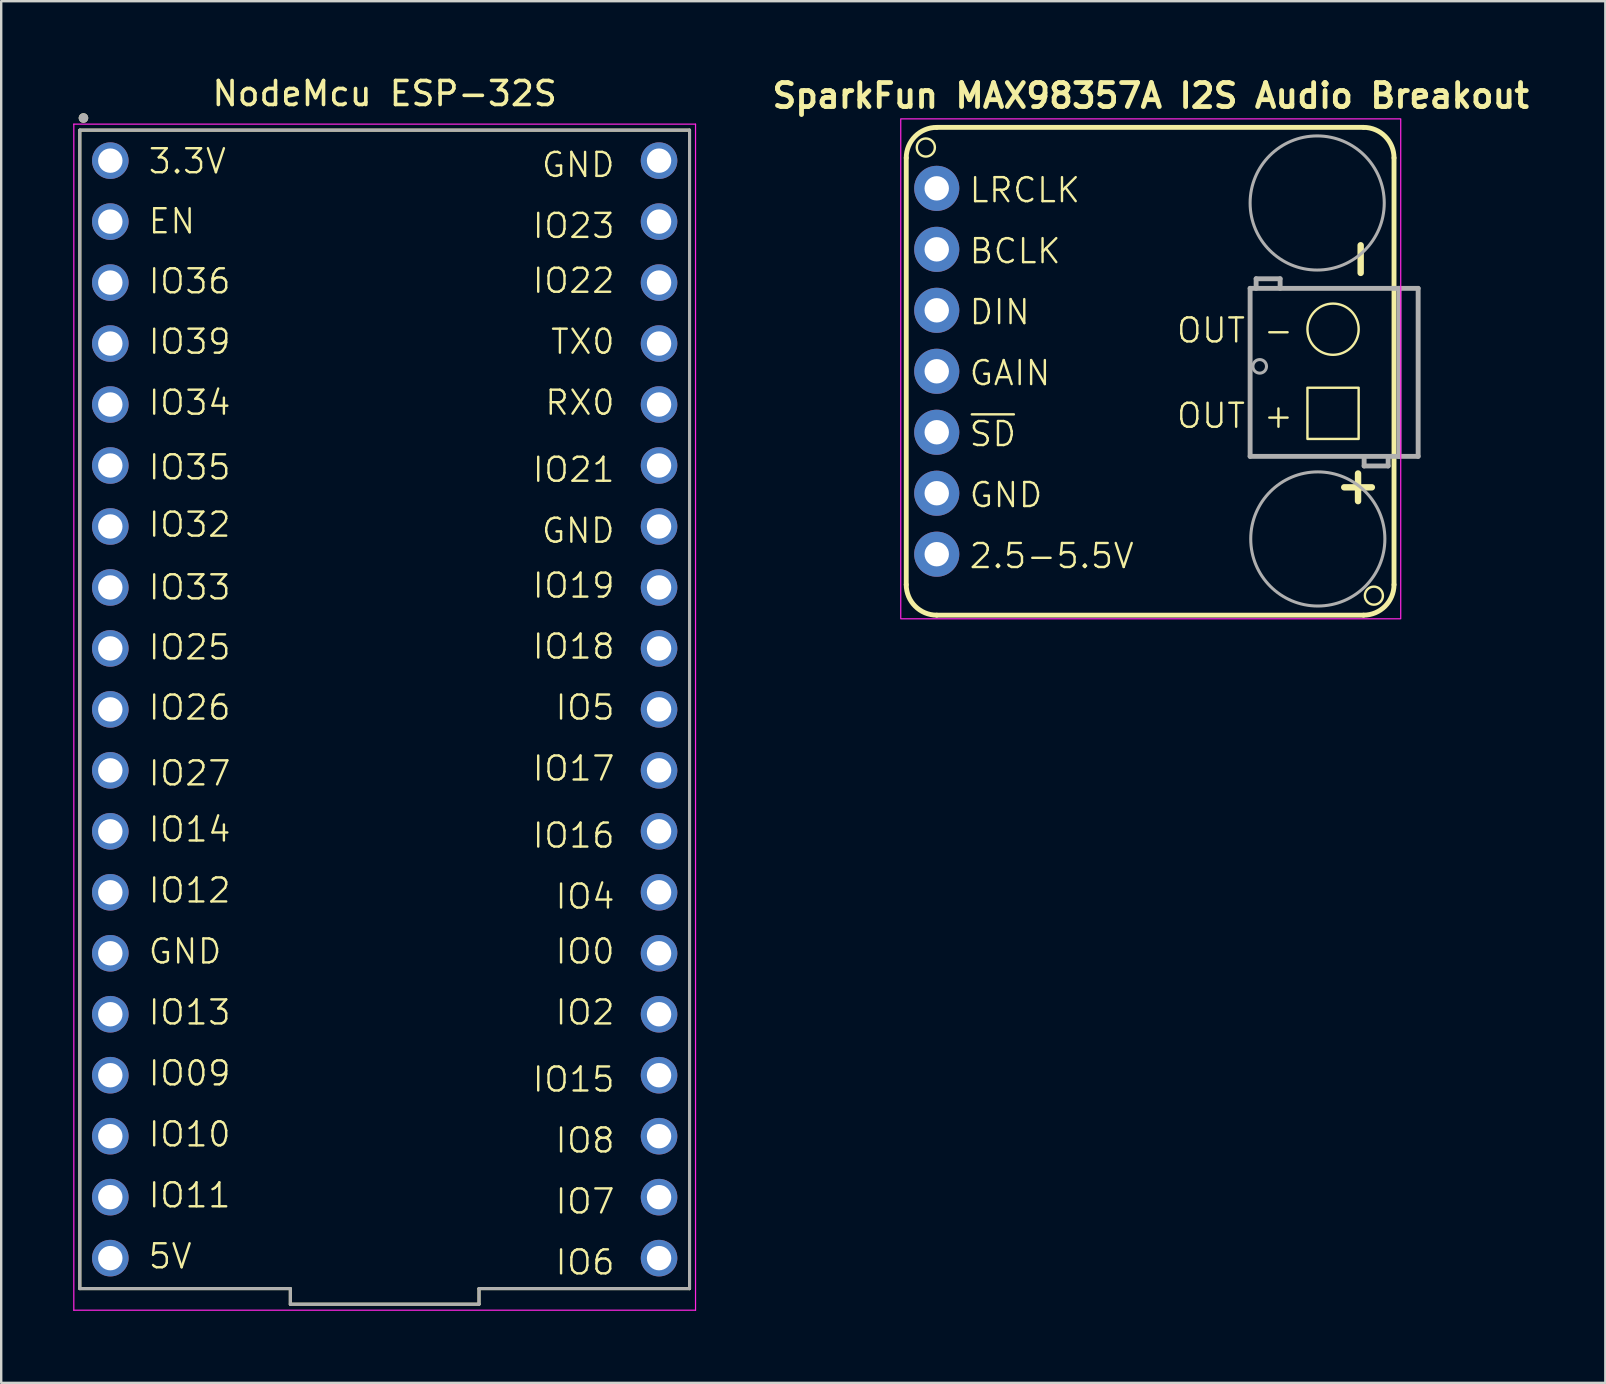
<source format=kicad_pcb>
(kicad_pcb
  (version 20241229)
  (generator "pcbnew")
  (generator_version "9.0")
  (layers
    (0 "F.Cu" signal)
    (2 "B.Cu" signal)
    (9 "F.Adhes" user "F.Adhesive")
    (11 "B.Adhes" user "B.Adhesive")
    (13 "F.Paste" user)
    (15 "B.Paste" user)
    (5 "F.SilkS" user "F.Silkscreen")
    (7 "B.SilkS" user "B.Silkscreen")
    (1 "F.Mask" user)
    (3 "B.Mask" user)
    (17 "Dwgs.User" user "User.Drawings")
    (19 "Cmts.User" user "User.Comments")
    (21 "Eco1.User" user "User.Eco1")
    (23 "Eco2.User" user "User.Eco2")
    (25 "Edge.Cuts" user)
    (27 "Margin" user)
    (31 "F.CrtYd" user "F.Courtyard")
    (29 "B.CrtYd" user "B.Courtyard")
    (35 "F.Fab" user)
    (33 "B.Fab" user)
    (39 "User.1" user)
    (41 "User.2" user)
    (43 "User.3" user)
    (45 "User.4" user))
  (footprint "NodeMcu ESP-32S"
    (layer "F.Cu")
    (at 12.975 26.502)
    (property "Reference" "NodeMcu ESP-32S" (at 0 -25.654 0) (layer "F.SilkS") (effects (font (size 1 1) (thickness 0.15))))
    (attr through_hole)
    (fp_line (start -12.7 -24.13) (end 12.7 -24.13) (stroke (width 0.127) (type solid)) (layer "F.SilkS"))
    (fp_line (start -12.7 24.13) (end -12.7 -24.13) (stroke (width 0.127) (type solid)) (layer "F.SilkS"))
    (fp_line (start -3.93 24.13) (end -12.7 24.13) (stroke (width 0.127) (type solid)) (layer "F.SilkS"))
    (fp_line (start -3.93 24.13) (end -3.93 24.78) (stroke (width 0.127) (type solid)) (layer "F.SilkS"))
    (fp_line (start -3.93 24.78) (end 3.93 24.78) (stroke (width 0.127) (type solid)) (layer "F.SilkS"))
    (fp_line (start 3.93 24.78) (end 3.93 24.13) (stroke (width 0.127) (type solid)) (layer "F.SilkS"))
    (fp_line (start 12.7 -24.13) (end 12.7 24.13) (stroke (width 0.127) (type solid)) (layer "F.SilkS"))
    (fp_line (start 12.7 24.13) (end 3.93 24.13) (stroke (width 0.127) (type solid)) (layer "F.SilkS"))
    (fp_circle (center -12.548 -24.636) (end -12.448 -24.636) (stroke (width 0.2) (type solid)) (fill no) (layer "F.SilkS"))
    (fp_line (start -12.95 -24.38) (end -12.95 25.03) (stroke (width 0.05) (type solid)) (layer "F.CrtYd"))
    (fp_line (start -12.95 25.03) (end 12.95 25.03) (stroke (width 0.05) (type solid)) (layer "F.CrtYd"))
    (fp_line (start 12.95 -24.38) (end -12.95 -24.38) (stroke (width 0.05) (type solid)) (layer "F.CrtYd"))
    (fp_line (start 12.95 25.03) (end 12.95 -24.38) (stroke (width 0.05) (type solid)) (layer "F.CrtYd"))
    (fp_line (start -12.7 -24.13) (end 12.7 -24.13) (stroke (width 0.127) (type solid)) (layer "F.Fab"))
    (fp_line (start -12.7 24.13) (end -12.7 -24.13) (stroke (width 0.127) (type solid)) (layer "F.Fab"))
    (fp_line (start -3.93 24.13) (end -12.7 24.13) (stroke (width 0.127) (type solid)) (layer "F.Fab"))
    (fp_line (start -3.93 24.13) (end -3.93 24.78) (stroke (width 0.127) (type solid)) (layer "F.Fab"))
    (fp_line (start -3.93 24.78) (end 3.93 24.78) (stroke (width 0.127) (type solid)) (layer "F.Fab"))
    (fp_line (start 3.93 24.78) (end 3.93 24.13) (stroke (width 0.127) (type solid)) (layer "F.Fab"))
    (fp_line (start 12.7 -24.13) (end 12.7 24.13) (stroke (width 0.127) (type solid)) (layer "F.Fab"))
    (fp_line (start 12.7 24.13) (end 3.93 24.13) (stroke (width 0.127) (type solid)) (layer "F.Fab"))
    (fp_circle (center -12.548 -24.636) (end -12.448 -24.636) (stroke (width 0.2) (type solid)) (fill no) (layer "F.Fab"))
    (fp_text user "IO5" (at 9.652 0.508 0) (unlocked yes) (layer "F.SilkS") (effects (font (size 1 1) (thickness 0.1)) (justify right bottom)))
    (fp_text user "IO32" (at -9.906 -7.112 0) (unlocked yes) (layer "F.SilkS") (effects (font (size 1 1) (thickness 0.1)) (justify left bottom)))
    (fp_text user "GND" (at 9.652 -6.858 0) (unlocked yes) (layer "F.SilkS") (effects (font (size 1 1) (thickness 0.1)) (justify right bottom)))
    (fp_text user "IO27" (at -9.906 3.25 0) (unlocked yes) (layer "F.SilkS") (effects (font (size 1 1) (thickness 0.1)) (justify left bottom)))
    (fp_text user "IO4" (at 9.652 8.382 0) (unlocked yes) (layer "F.SilkS") (effects (font (size 1 1) (thickness 0.1)) (justify right bottom)))
    (fp_text user "IO22" (at 9.652 -17.272 0) (unlocked yes) (layer "F.SilkS") (effects (font (size 1 1) (thickness 0.1)) (justify right bottom)))
    (fp_text user "IO33" (at -9.906 -4.5 0) (unlocked yes) (layer "F.SilkS") (effects (font (size 1 1) (thickness 0.1)) (justify left bottom)))
    (fp_text user "RX0" (at 9.652 -12.192 0) (unlocked yes) (layer "F.SilkS") (effects (font (size 1 1) (thickness 0.1)) (justify right bottom)))
    (fp_text user "IO39" (at -9.906 -14.732 0) (unlocked yes) (layer "F.SilkS") (effects (font (size 1 1) (thickness 0.1)) (justify left bottom)))
    (fp_text user "IO36" (at -9.906 -17.25 0) (unlocked yes) (layer "F.SilkS") (effects (font (size 1 1) (thickness 0.1)) (justify left bottom)))
    (fp_text user "IO13" (at -9.906 13.208 0) (unlocked yes) (layer "F.SilkS") (effects (font (size 1 1) (thickness 0.1)) (justify left bottom)))
    (fp_text user "IO16" (at 9.652 5.842 0) (unlocked yes) (layer "F.SilkS") (effects (font (size 1 1) (thickness 0.1)) (justify right bottom)))
    (fp_text user "IO21" (at 9.652 -9.398 0) (unlocked yes) (layer "F.SilkS") (effects (font (size 1 1) (thickness 0.1)) (justify right bottom)))
    (fp_text user "TX0" (at 9.652 -14.732 0) (unlocked yes) (layer "F.SilkS") (effects (font (size 1 1) (thickness 0.1)) (justify right bottom)))
    (fp_text user "IO17" (at 9.652 3.048 0) (unlocked yes) (layer "F.SilkS") (effects (font (size 1 1) (thickness 0.1)) (justify right bottom)))
    (fp_text user "GND" (at -9.906 10.668 0) (unlocked yes) (layer "F.SilkS") (effects (font (size 1 1) (thickness 0.1)) (justify left bottom)))
    (fp_text user "IO34" (at -9.906 -12.192 0) (unlocked yes) (layer "F.SilkS") (effects (font (size 1 1) (thickness 0.1)) (justify left bottom)))
    (fp_text user "IO23" (at 9.652 -19.558 0) (unlocked yes) (layer "F.SilkS") (effects (font (size 1 1) (thickness 0.1)) (justify right bottom)))
    (fp_text user "GND" (at 9.652 -22.098 0) (unlocked yes) (layer "F.SilkS") (effects (font (size 1 1) (thickness 0.1)) (justify right bottom)))
    (fp_text user "IO26" (at -9.906 0.508 0) (unlocked yes) (layer "F.SilkS") (effects (font (size 1 1) (thickness 0.1)) (justify left bottom)))
    (fp_text user "IO2" (at 9.652 13.208 0) (unlocked yes) (layer "F.SilkS") (effects (font (size 1 1) (thickness 0.1)) (justify right bottom)))
    (fp_text user "IO0" (at 9.652 10.668 0) (unlocked yes) (layer "F.SilkS") (effects (font (size 1 1) (thickness 0.1)) (justify right bottom)))
    (fp_text user "EN" (at -9.906 -19.75 0) (unlocked yes) (layer "F.SilkS") (effects (font (size 1 1) (thickness 0.1)) (justify left bottom)))
    (fp_text user "IO18" (at 9.652 -2.032 0) (unlocked yes) (layer "F.SilkS") (effects (font (size 1 1) (thickness 0.1)) (justify right bottom)))
    (fp_text user "5V" (at -9.906 23.368 0) (unlocked yes) (layer "F.SilkS") (effects (font (size 1 1) (thickness 0.1)) (justify left bottom)))
    (fp_text user "IO25" (at -9.906 -2 0) (unlocked yes) (layer "F.SilkS") (effects (font (size 1 1) (thickness 0.1)) (justify left bottom)))
    (fp_text user "IO11" (at -9.906 20.828 0) (unlocked yes) (layer "F.SilkS") (effects (font (size 1 1) (thickness 0.1)) (justify left bottom)))
    (fp_text user "IO35" (at -9.906 -9.5 0) (unlocked yes) (layer "F.SilkS") (effects (font (size 1 1) (thickness 0.1)) (justify left bottom)))
    (fp_text user "IO14" (at -9.906 5.588 0) (unlocked yes) (layer "F.SilkS") (effects (font (size 1 1) (thickness 0.1)) (justify left bottom)))
    (fp_text user "IO12" (at -9.906 8.128 0) (unlocked yes) (layer "F.SilkS") (effects (font (size 1 1) (thickness 0.1)) (justify left bottom)))
    (fp_text user "IO19" (at 9.652 -4.572 0) (unlocked yes) (layer "F.SilkS") (effects (font (size 1 1) (thickness 0.1)) (justify right bottom)))
    (fp_text user "IO10" (at -9.906 18.288 0) (unlocked yes) (layer "F.SilkS") (effects (font (size 1 1) (thickness 0.1)) (justify left bottom)))
    (fp_text user "3.3V" (at -9.906 -22.25 0) (unlocked yes) (layer "F.SilkS") (effects (font (size 1 1) (thickness 0.1)) (justify left bottom)))
    (fp_text user "IO7" (at 9.652 21.082 0) (unlocked yes) (layer "F.SilkS") (effects (font (size 1 1) (thickness 0.1)) (justify right bottom)))
    (fp_text user "IO15" (at 9.652 16.002 0) (unlocked yes) (layer "F.SilkS") (effects (font (size 1 1) (thickness 0.1)) (justify right bottom)))
    (fp_text user "IO8" (at 9.652 18.542 0) (unlocked yes) (layer "F.SilkS") (effects (font (size 1 1) (thickness 0.1)) (justify right bottom)))
    (fp_text user "IO09" (at -9.906 15.748 0) (unlocked yes) (layer "F.SilkS") (effects (font (size 1 1) (thickness 0.1)) (justify left bottom)))
    (fp_text user "IO6" (at 9.652 23.622 0) (unlocked yes) (layer "F.SilkS") (effects (font (size 1 1) (thickness 0.1)) (justify right bottom)))
    (pad "J1_1" thru_hole circle (at -11.43 -22.86) (size 1.524 1.524) (drill 1.016) (layers "*.Cu" "*.Mask"))
    (pad "J1_2" thru_hole circle (at -11.43 -20.32) (size 1.524 1.524) (drill 1.016) (layers "*.Cu" "*.Mask"))
    (pad "J1_3" thru_hole circle (at -11.43 -17.78) (size 1.524 1.524) (drill 1.016) (layers "*.Cu" "*.Mask"))
    (pad "J1_4" thru_hole circle (at -11.43 -15.24) (size 1.524 1.524) (drill 1.016) (layers "*.Cu" "*.Mask"))
    (pad "J1_5" thru_hole circle (at -11.43 -12.7) (size 1.524 1.524) (drill 1.016) (layers "*.Cu" "*.Mask"))
    (pad "J1_6" thru_hole circle (at -11.43 -10.16) (size 1.524 1.524) (drill 1.016) (layers "*.Cu" "*.Mask"))
    (pad "J1_7" thru_hole circle (at -11.43 -7.62) (size 1.524 1.524) (drill 1.016) (layers "*.Cu" "*.Mask"))
    (pad "J1_8" thru_hole circle (at -11.43 -5.08) (size 1.524 1.524) (drill 1.016) (layers "*.Cu" "*.Mask"))
    (pad "J1_9" thru_hole circle (at -11.43 -2.54) (size 1.524 1.524) (drill 1.016) (layers "*.Cu" "*.Mask"))
    (pad "J1_10" thru_hole circle (at -11.43 0) (size 1.524 1.524) (drill 1.016) (layers "*.Cu" "*.Mask"))
    (pad "J1_11" thru_hole circle (at -11.43 2.54) (size 1.524 1.524) (drill 1.016) (layers "*.Cu" "*.Mask"))
    (pad "J1_12" thru_hole circle (at -11.43 5.08) (size 1.524 1.524) (drill 1.016) (layers "*.Cu" "*.Mask"))
    (pad "J1_13" thru_hole circle (at -11.43 7.62) (size 1.524 1.524) (drill 1.016) (layers "*.Cu" "*.Mask"))
    (pad "J1_14" thru_hole circle (at -11.43 10.16) (size 1.524 1.524) (drill 1.016) (layers "*.Cu" "*.Mask"))
    (pad "J1_15" thru_hole circle (at -11.43 12.7) (size 1.524 1.524) (drill 1.016) (layers "*.Cu" "*.Mask"))
    (pad "J1_16" thru_hole circle (at -11.43 15.24) (size 1.524 1.524) (drill 1.016) (layers "*.Cu" "*.Mask"))
    (pad "J1_17" thru_hole circle (at -11.43 17.78) (size 1.524 1.524) (drill 1.016) (layers "*.Cu" "*.Mask"))
    (pad "J1_18" thru_hole circle (at -11.43 20.32) (size 1.524 1.524) (drill 1.016) (layers "*.Cu" "*.Mask"))
    (pad "J1_19" thru_hole circle (at -11.43 22.86) (size 1.524 1.524) (drill 1.016) (layers "*.Cu" "*.Mask"))
    (pad "J2_1" thru_hole circle (at 11.43 -22.86) (size 1.524 1.524) (drill 1.016) (layers "*.Cu" "*.Mask"))
    (pad "J2_2" thru_hole circle (at 11.43 -20.32) (size 1.524 1.524) (drill 1.016) (layers "*.Cu" "*.Mask"))
    (pad "J2_3" thru_hole circle (at 11.43 -17.78) (size 1.524 1.524) (drill 1.016) (layers "*.Cu" "*.Mask"))
    (pad "J2_4" thru_hole circle (at 11.43 -15.24) (size 1.524 1.524) (drill 1.016) (layers "*.Cu" "*.Mask"))
    (pad "J2_5" thru_hole circle (at 11.43 -12.7) (size 1.524 1.524) (drill 1.016) (layers "*.Cu" "*.Mask"))
    (pad "J2_6" thru_hole circle (at 11.43 -10.16) (size 1.524 1.524) (drill 1.016) (layers "*.Cu" "*.Mask"))
    (pad "J2_7" thru_hole circle (at 11.43 -7.62) (size 1.524 1.524) (drill 1.016) (layers "*.Cu" "*.Mask"))
    (pad "J2_8" thru_hole circle (at 11.43 -5.08) (size 1.524 1.524) (drill 1.016) (layers "*.Cu" "*.Mask"))
    (pad "J2_9" thru_hole circle (at 11.43 -2.54) (size 1.524 1.524) (drill 1.016) (layers "*.Cu" "*.Mask"))
    (pad "J2_10" thru_hole circle (at 11.43 0) (size 1.524 1.524) (drill 1.016) (layers "*.Cu" "*.Mask"))
    (pad "J2_11" thru_hole circle (at 11.43 2.54) (size 1.524 1.524) (drill 1.016) (layers "*.Cu" "*.Mask"))
    (pad "J2_12" thru_hole circle (at 11.43 5.08) (size 1.524 1.524) (drill 1.016) (layers "*.Cu" "*.Mask"))
    (pad "J2_13" thru_hole circle (at 11.43 7.62) (size 1.524 1.524) (drill 1.016) (layers "*.Cu" "*.Mask"))
    (pad "J2_14" thru_hole circle (at 11.43 10.16) (size 1.524 1.524) (drill 1.016) (layers "*.Cu" "*.Mask"))
    (pad "J2_15" thru_hole circle (at 11.43 12.7) (size 1.524 1.524) (drill 1.016) (layers "*.Cu" "*.Mask"))
    (pad "J2_16" thru_hole circle (at 11.43 15.24) (size 1.524 1.524) (drill 1.016) (layers "*.Cu" "*.Mask"))
    (pad "J2_17" thru_hole circle (at 11.43 17.78) (size 1.524 1.524) (drill 1.016) (layers "*.Cu" "*.Mask"))
    (pad "J2_18" thru_hole circle (at 11.43 20.32) (size 1.524 1.524) (drill 1.016) (layers "*.Cu" "*.Mask"))
    (pad "J2_19" thru_hole circle (at 11.43 22.86) (size 1.524 1.524) (drill 1.016) (layers "*.Cu" "*.Mask")))
  (footprint "SparkFun MAX98357A I2S Audio Breakout"
    (layer "F.Cu")
    (at 44.888 12.315)
    (property "Reference" "SparkFun MAX98357A I2S Audio Breakout" (at 0 -11.379 0) (unlocked yes) (layer "F.SilkS") (effects (font (size 1 1) (thickness 0.2) (bold yes))))
    (attr through_hole)
    (fp_line (start -10.185 -8.788) (end -10.185 8.992) (stroke (width 0.203) (type solid)) (layer "F.SilkS"))
    (fp_line (start -8.915 10.262) (end 8.865 10.262) (stroke (width 0.203) (type solid)) (layer "F.SilkS"))
    (fp_line (start 8.865 -10.058) (end -8.915 -10.058) (stroke (width 0.203) (type solid)) (layer "F.SilkS"))
    (fp_line (start 10.135 8.992) (end 10.135 -8.788) (stroke (width 0.203) (type solid)) (layer "F.SilkS"))
    (fp_rect (start 6.528 0.787) (end 8.661 2.921) (stroke (width 0.1) (type default)) (fill no) (layer "F.SilkS"))
    (fp_arc (start -10.1854 -8.7884) (mid -9.813426 -9.686426) (end -8.9154 -10.0584) (stroke (width 0.2032) (type solid)) (layer "F.SilkS"))
    (fp_arc (start -8.9154 10.2616) (mid -9.813426 9.889626) (end -10.1854 8.9916) (stroke (width 0.2032) (type solid)) (layer "F.SilkS"))
    (fp_arc (start 8.8646 -10.0584) (mid 9.762626 -9.686426) (end 10.1346 -8.7884) (stroke (width 0.2032) (type solid)) (layer "F.SilkS"))
    (fp_arc (start 10.1346 8.9916) (mid 9.762626 9.889626) (end 8.8646 10.2616) (stroke (width 0.2032) (type solid)) (layer "F.SilkS"))
    (fp_circle (center -9.369 -9.22) (end -9.014 -9.093) (stroke (width 0.1) (type default)) (fill no) (layer "F.SilkS"))
    (fp_circle (center 7.595 -1.651) (end 8.255 -2.489) (stroke (width 0.1) (type default)) (fill no) (layer "F.SilkS"))
    (fp_circle (center 9.296 9.449) (end 9.627 9.627) (stroke (width 0.1) (type default)) (fill no) (layer "F.SilkS"))
    (fp_rect (start -10.414 -10.414) (end 10.414 10.414) (stroke (width 0.05) (type default)) (fill no) (layer "F.CrtYd"))
    (fp_line (start 4.14 -3.353) (end 10.34 -3.353) (stroke (width 0.203) (type solid)) (layer "F.Fab"))
    (fp_line (start 4.14 3.647) (end 4.14 -3.353) (stroke (width 0.203) (type solid)) (layer "F.Fab"))
    (fp_line (start 4.39 -3.753) (end 5.39 -3.753) (stroke (width 0.203) (type solid)) (layer "F.Fab"))
    (fp_line (start 4.39 -3.353) (end 4.39 -3.753) (stroke (width 0.203) (type solid)) (layer "F.Fab"))
    (fp_line (start 5.39 -3.753) (end 5.39 -3.353) (stroke (width 0.203) (type solid)) (layer "F.Fab"))
    (fp_line (start 8.89 3.647) (end 8.89 4.047) (stroke (width 0.203) (type solid)) (layer "F.Fab"))
    (fp_line (start 8.89 4.047) (end 9.89 4.047) (stroke (width 0.203) (type solid)) (layer "F.Fab"))
    (fp_line (start 9.89 4.047) (end 9.89 3.647) (stroke (width 0.203) (type solid)) (layer "F.Fab"))
    (fp_line (start 10.34 -3.353) (end 10.34 3.647) (stroke (width 0.203) (type solid)) (layer "F.Fab"))
    (fp_line (start 10.34 -3.353) (end 11.14 -3.353) (stroke (width 0.203) (type solid)) (layer "F.Fab"))
    (fp_line (start 10.34 3.647) (end 4.14 3.647) (stroke (width 0.203) (type solid)) (layer "F.Fab"))
    (fp_line (start 11.14 -3.353) (end 11.14 3.647) (stroke (width 0.203) (type solid)) (layer "F.Fab"))
    (fp_line (start 11.14 3.647) (end 10.34 3.647) (stroke (width 0.203) (type solid)) (layer "F.Fab"))
    (fp_circle (center 4.54 -0.103) (end 4.54 -0.386) (stroke (width 0.127) (type solid)) (fill no) (layer "F.Fab"))
    (fp_circle (center 6.934 -6.909) (end 9.728 -6.909) (stroke (width 0.127) (type solid)) (fill no) (layer "F.Fab"))
    (fp_circle (center 6.96 7.087) (end 9.754 7.087) (stroke (width 0.127) (type solid)) (fill no) (layer "F.Fab"))
    (fp_text user "2.5-5.5V" (at -7.62 8.382 0) (unlocked yes) (layer "F.SilkS") (effects (font (size 1 1) (thickness 0.1)) (justify left bottom)))
    (fp_text user "BCLK" (at -7.62 -4.318 0) (unlocked yes) (layer "F.SilkS") (effects (font (size 1 1) (thickness 0.1)) (justify left bottom)))
    (fp_text user "GAIN" (at -7.62 0.762 0) (unlocked yes) (layer "F.SilkS") (effects (font (size 1 1) (thickness 0.1)) (justify left bottom)))
    (fp_text user "~{SD}" (at -7.62 3.302 0) (unlocked yes) (layer "F.SilkS") (effects (font (size 1 1) (thickness 0.1)) (justify left bottom)))
    (fp_text user "LRCLK" (at -7.62 -6.858 0) (unlocked yes) (layer "F.SilkS") (effects (font (size 1 1) (thickness 0.1)) (justify left bottom)))
    (fp_text user "-" (at 8.636 -4.572 90) (unlocked yes) (layer "F.SilkS") (effects (font (size 1.511 1.511) (thickness 0.267))))
    (fp_text user "GND" (at -7.62 5.842 0) (unlocked yes) (layer "F.SilkS") (effects (font (size 1 1) (thickness 0.1)) (justify left bottom)))
    (fp_text user "OUT -" (at 1.016 -1.016 0) (unlocked yes) (layer "F.SilkS") (effects (font (size 1 1) (thickness 0.1)) (justify left bottom)))
    (fp_text user "OUT +" (at 1.016 2.54 0) (unlocked yes) (layer "F.SilkS") (effects (font (size 1 1) (thickness 0.1)) (justify left bottom)))
    (fp_text user "DIN" (at -7.62 -1.778 0) (unlocked yes) (layer "F.SilkS") (effects (font (size 1 1) (thickness 0.1)) (justify left bottom)))
    (fp_text user "+" (at 8.636 4.826 0) (unlocked yes) (layer "F.SilkS") (effects (font (size 1.511 1.511) (thickness 0.267))))
    (pad "1" thru_hole circle (at -8.915 -2.438) (size 1.88 1.88) (drill 1.016) (layers "*.Cu" "*.Mask"))
    (pad "2" thru_hole circle (at -8.915 0.102) (size 1.88 1.88) (drill 1.016) (layers "*.Cu" "*.Mask"))
    (pad "3" thru_hole circle (at -8.915 5.182) (size 1.88 1.88) (drill 1.016) (layers "*.Cu" "*.Mask"))
    (pad "4" thru_hole circle (at -8.915 2.642) (size 1.88 1.88) (drill 1.016) (layers "*.Cu" "*.Mask"))
    (pad "5" thru_hole circle (at -8.915 7.722) (size 1.88 1.88) (drill 1.016) (layers "*.Cu" "*.Mask"))
    (pad "6" thru_hole circle (at -8.915 -7.518) (size 1.88 1.88) (drill 1.016) (layers "*.Cu" "*.Mask"))
    (pad "7" thru_hole circle (at -8.915 -4.978) (size 1.88 1.88) (drill 1.016) (layers "*.Cu" "*.Mask")))
  (gr_rect
    (start -3 -3)
    (end 63.826 54.557)
    (stroke (width 0.1) (type default))
    (fill no)
    (layer "Edge.Cuts")))
</source>
